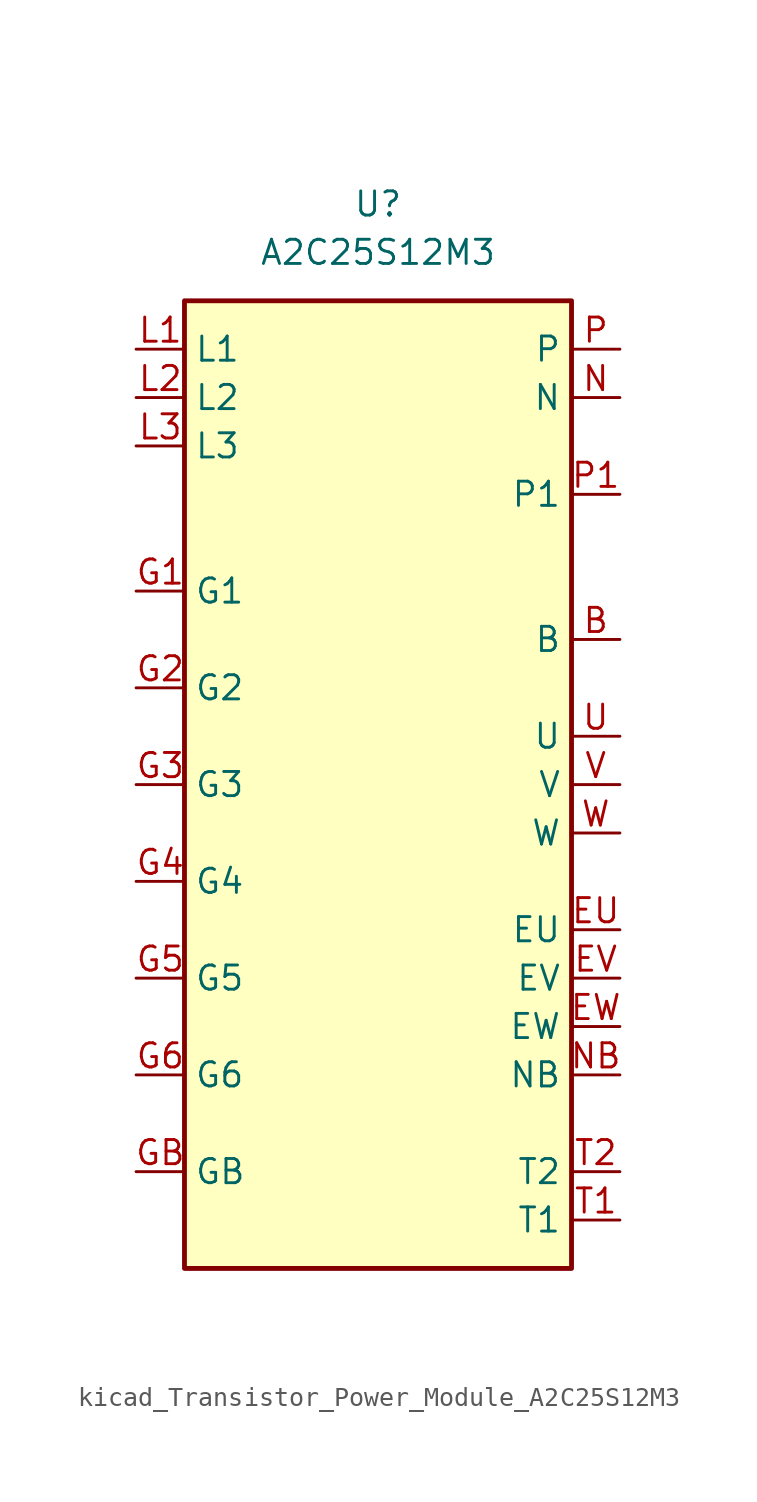
<source format=kicad_sym>
(kicad_symbol_lib
  (version 20220914)
  (generator kicad_symbol_editor)
  (symbol "kicad_Transistor_Power_Module_A2C25S12M3"
    (property "Reference" "U"
      (at 0 30.48 0)
      (effects (font (size 1.27 1.27))))
    (property "Value" "A2C25S12M3"
      (at 0 27.94 0)
      (effects (font (size 1.27 1.27))))
    (symbol "kicad_Transistor_Power_Module_A2C25S12M3_1_1"
      (rectangle (start -10.16 25.4) (end 10.16 -25.4) (stroke (width 0.254) (type default)) (fill (type background)))
      (pin passive line (at 12.7 7.62 180) (length 2.54) (name "B" (effects (font (size 1.27 1.27)))) (number "B" (effects (font (size 1.27 1.27)))))
      (pin passive line (at 12.7 -7.62 180) (length 2.54) (name "EU" (effects (font (size 1.27 1.27)))) (number "EU" (effects (font (size 1.27 1.27)))))
      (pin passive line (at 12.7 -10.16 180) (length 2.54) (name "EV" (effects (font (size 1.27 1.27)))) (number "EV" (effects (font (size 1.27 1.27)))))
      (pin passive line (at 12.7 -12.7 180) (length 2.54) (name "EW" (effects (font (size 1.27 1.27)))) (number "EW" (effects (font (size 1.27 1.27)))))
      (pin passive line (at -12.7 10.16 0) (length 2.54) (name "G1" (effects (font (size 1.27 1.27)))) (number "G1" (effects (font (size 1.27 1.27)))))
      (pin passive line (at -12.7 5.08 0) (length 2.54) (name "G2" (effects (font (size 1.27 1.27)))) (number "G2" (effects (font (size 1.27 1.27)))))
      (pin passive line (at -12.7 0 0) (length 2.54) (name "G3" (effects (font (size 1.27 1.27)))) (number "G3" (effects (font (size 1.27 1.27)))))
      (pin passive line (at -12.7 -5.08 0) (length 2.54) (name "G4" (effects (font (size 1.27 1.27)))) (number "G4" (effects (font (size 1.27 1.27)))))
      (pin passive line (at -12.7 -10.16 0) (length 2.54) (name "G5" (effects (font (size 1.27 1.27)))) (number "G5" (effects (font (size 1.27 1.27)))))
      (pin passive line (at -12.7 -15.24 0) (length 2.54) (name "G6" (effects (font (size 1.27 1.27)))) (number "G6" (effects (font (size 1.27 1.27)))))
      (pin passive line (at -12.7 -20.32 0) (length 2.54) (name "GB" (effects (font (size 1.27 1.27)))) (number "GB" (effects (font (size 1.27 1.27)))))
      (pin passive line (at -12.7 22.86 0) (length 2.54) (name "L1" (effects (font (size 1.27 1.27)))) (number "L1" (effects (font (size 1.27 1.27)))))
      (pin passive line (at -12.7 20.32 0) (length 2.54) (name "L2" (effects (font (size 1.27 1.27)))) (number "L2" (effects (font (size 1.27 1.27)))))
      (pin passive line (at -12.7 17.78 0) (length 2.54) (name "L3" (effects (font (size 1.27 1.27)))) (number "L3" (effects (font (size 1.27 1.27)))))
      (pin passive line (at 12.7 20.32 180) (length 2.54) (name "N" (effects (font (size 1.27 1.27)))) (number "N" (effects (font (size 1.27 1.27)))))
      (pin passive line (at 12.7 -15.24 180) (length 2.54) (name "NB" (effects (font (size 1.27 1.27)))) (number "NB" (effects (font (size 1.27 1.27)))))
      (pin passive line (at 12.7 22.86 180) (length 2.54) (name "P" (effects (font (size 1.27 1.27)))) (number "P" (effects (font (size 1.27 1.27)))))
      (pin passive line (at 12.7 15.24 180) (length 2.54) (name "P1" (effects (font (size 1.27 1.27)))) (number "P1" (effects (font (size 1.27 1.27)))))
      (pin passive line (at 12.7 -22.86 180) (length 2.54) (name "T1" (effects (font (size 1.27 1.27)))) (number "T1" (effects (font (size 1.27 1.27)))))
      (pin passive line (at 12.7 -20.32 180) (length 2.54) (name "T2" (effects (font (size 1.27 1.27)))) (number "T2" (effects (font (size 1.27 1.27)))))
      (pin passive line (at 12.7 2.54 180) (length 2.54) (name "U" (effects (font (size 1.27 1.27)))) (number "U" (effects (font (size 1.27 1.27)))))
      (pin passive line (at 12.7 0 180) (length 2.54) (name "V" (effects (font (size 1.27 1.27)))) (number "V" (effects (font (size 1.27 1.27)))))
      (pin passive line (at 12.7 -2.54 180) (length 2.54) (name "W" (effects (font (size 1.27 1.27)))) (number "W" (effects (font (size 1.27 1.27))))))))
</source>
